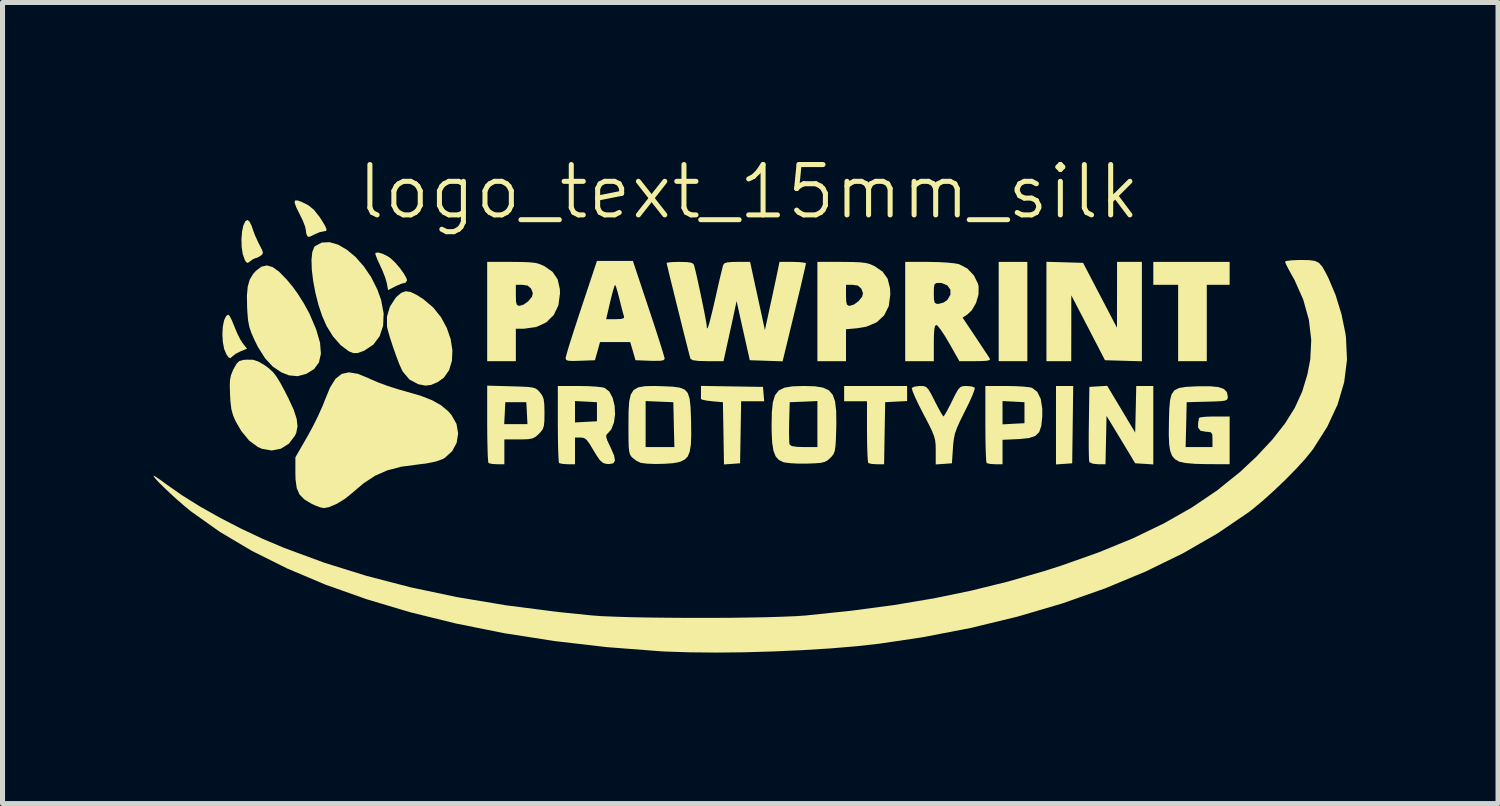
<source format=kicad_pcb>
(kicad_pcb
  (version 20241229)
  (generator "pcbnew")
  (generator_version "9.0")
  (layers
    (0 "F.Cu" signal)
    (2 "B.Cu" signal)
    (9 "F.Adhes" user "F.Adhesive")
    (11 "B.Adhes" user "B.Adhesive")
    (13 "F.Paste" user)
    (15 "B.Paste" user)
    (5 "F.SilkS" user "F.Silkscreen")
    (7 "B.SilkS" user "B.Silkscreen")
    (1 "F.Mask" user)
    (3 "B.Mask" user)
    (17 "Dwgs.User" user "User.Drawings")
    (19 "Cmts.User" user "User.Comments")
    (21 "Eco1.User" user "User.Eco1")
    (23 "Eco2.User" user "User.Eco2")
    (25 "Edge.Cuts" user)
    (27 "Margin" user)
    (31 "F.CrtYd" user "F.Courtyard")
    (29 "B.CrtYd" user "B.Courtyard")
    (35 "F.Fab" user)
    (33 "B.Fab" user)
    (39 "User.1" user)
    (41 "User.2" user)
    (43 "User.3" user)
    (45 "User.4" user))
  (footprint "logo_text_15mm_silk"
    (layer "F.Cu")
    (at 11.821 5.261)
    (property "Reference" "logo_text_15mm_silk" (at 0 -4.5 0) (unlocked yes) (layer "F.SilkS") (effects (font (size 1 1) (thickness 0.1))))
    (attr smd)
    (fp_poly (pts (xy 5.535 -2.123) (xy 5.535 -1.137) (xy 5.251 -1.137) (xy 4.966 -1.137) (xy 4.966 -2.123) (xy 4.966 -3.109) (xy 5.251 -3.109) (xy 5.535 -3.109)) (stroke (width 0) (type solid)) (fill yes) (layer "F.SilkS"))
    (fp_poly (pts (xy 6.436 0.123) (xy 6.426 0.891) (xy 6.265 0.903) (xy 6.104 0.914) (xy 6.104 0.135) (xy 6.104 -0.644) (xy 6.275 -0.644) (xy 6.446 -0.644)) (stroke (width 0) (type solid)) (fill yes) (layer "F.SilkS"))
    (fp_poly (pts (xy 9.553 -2.881) (xy 9.553 -2.654) (xy 9.326 -2.654) (xy 9.099 -2.654) (xy 9.099 -1.896) (xy 9.099 -1.137) (xy 8.814 -1.137) (xy 8.53 -1.137) (xy 8.53 -1.896) (xy 8.53 -2.654) (xy 8.283 -2.654) (xy 8.037 -2.654) (xy 8.037 -2.881) (xy 8.037 -3.109) (xy 8.795 -3.109) (xy 9.553 -3.109)) (stroke (width 0) (type solid)) (fill yes) (layer "F.SilkS"))
    (fp_poly (pts (xy -0.332 -0.636) (xy 0.284 -0.626) (xy 0.296 -0.483) (xy 0.308 -0.341) (xy 0.079 -0.341) (xy -0.15 -0.341) (xy -0.16 0.275) (xy -0.171 0.891) (xy -0.331 0.903) (xy -0.491 0.914) (xy -0.501 0.296) (xy -0.512 -0.322) (xy -0.73 -0.341) (xy -0.848 -0.356) (xy -0.927 -0.374) (xy -0.948 -0.389) (xy -0.948 -0.444) (xy -0.948 -0.532) (xy -0.948 -0.646)) (stroke (width 0) (type solid)) (fill yes) (layer "F.SilkS"))
    (fp_poly (pts (xy 6.278 -3.101) (xy 6.642 -3.09) (xy 6.979 -2.445) (xy 7.315 -1.801) (xy 7.316 -2.455) (xy 7.317 -3.109) (xy 7.563 -3.109) (xy 7.81 -3.109) (xy 7.81 -2.122) (xy 7.81 -1.135) (xy 7.443 -1.145) (xy 7.077 -1.156) (xy 6.743 -1.801) (xy 6.408 -2.445) (xy 6.408 -1.791) (xy 6.407 -1.137) (xy 6.16 -1.137) (xy 5.914 -1.137) (xy 5.914 -2.124) (xy 5.914 -3.111)) (stroke (width 0) (type solid)) (fill yes) (layer "F.SilkS"))
    (fp_poly (pts (xy -10.307 -2.031) (xy -10.265 -1.947) (xy -10.219 -1.834) (xy -10.16 -1.692) (xy -10.095 -1.563) (xy -10.05 -1.493) (xy -9.964 -1.384) (xy -10.09 -1.334) (xy -10.189 -1.284) (xy -10.258 -1.23) (xy -10.261 -1.226) (xy -10.298 -1.195) (xy -10.335 -1.218) (xy -10.371 -1.268) (xy -10.418 -1.377) (xy -10.445 -1.519) (xy -10.454 -1.674) (xy -10.445 -1.825) (xy -10.419 -1.952) (xy -10.377 -2.037) (xy -10.336 -2.062)) (stroke (width 0) (type solid)) (fill yes) (layer "F.SilkS"))
    (fp_poly (pts (xy -7.267 -3.269) (xy -7.162 -3.216) (xy -7.11 -3.179) (xy -7.022 -3.096) (xy -6.93 -2.989) (xy -6.85 -2.878) (xy -6.798 -2.785) (xy -6.786 -2.743) (xy -6.815 -2.696) (xy -6.835 -2.692) (xy -6.898 -2.675) (xy -6.994 -2.635) (xy -7.024 -2.62) (xy -7.163 -2.549) (xy -7.188 -2.687) (xy -7.219 -2.796) (xy -7.274 -2.936) (xy -7.324 -3.046) (xy -7.378 -3.162) (xy -7.411 -3.249) (xy -7.416 -3.288) (xy -7.36 -3.296)) (stroke (width 0) (type solid)) (fill yes) (layer "F.SilkS"))
    (fp_poly (pts (xy 3.147 -0.495) (xy 3.147 -0.345) (xy 2.929 -0.334) (xy 2.711 -0.322) (xy 2.7 0.294) (xy 2.69 0.91) (xy 2.545 0.91) (xy 2.446 0.904) (xy 2.382 0.889) (xy 2.376 0.885) (xy 2.367 0.84) (xy 2.36 0.733) (xy 2.354 0.577) (xy 2.351 0.386) (xy 2.35 0.259) (xy 2.35 -0.341) (xy 2.123 -0.341) (xy 1.896 -0.341) (xy 1.896 -0.493) (xy 1.896 -0.644) (xy 2.521 -0.644) (xy 3.147 -0.644)) (stroke (width 0) (type solid)) (fill yes) (layer "F.SilkS"))
    (fp_poly (pts (xy -9.916 -3.91) (xy -9.874 -3.826) (xy -9.859 -3.782) (xy -9.81 -3.646) (xy -9.743 -3.498) (xy -9.719 -3.451) (xy -9.666 -3.349) (xy -9.648 -3.292) (xy -9.664 -3.255) (xy -9.691 -3.233) (xy -9.761 -3.193) (xy -9.795 -3.184) (xy -9.849 -3.161) (xy -9.898 -3.124) (xy -9.951 -3.087) (xy -9.986 -3.109) (xy -10.009 -3.149) (xy -10.049 -3.262) (xy -10.071 -3.405) (xy -10.075 -3.561) (xy -10.063 -3.71) (xy -10.037 -3.835) (xy -9.997 -3.918) (xy -9.955 -3.943)) (stroke (width 0) (type solid)) (fill yes) (layer "F.SilkS"))
    (fp_poly (pts (xy -8.882 -4.302) (xy -8.743 -4.232) (xy -8.633 -4.141) (xy -8.529 -4.009) (xy -8.486 -3.945) (xy -8.414 -3.826) (xy -8.384 -3.756) (xy -8.395 -3.723) (xy -8.444 -3.715) (xy -8.445 -3.715) (xy -8.524 -3.698) (xy -8.619 -3.658) (xy -8.7 -3.617) (xy -8.737 -3.605) (xy -8.759 -3.616) (xy -8.77 -3.627) (xy -8.79 -3.681) (xy -8.795 -3.737) (xy -8.812 -3.814) (xy -8.857 -3.93) (xy -8.909 -4.037) (xy -8.985 -4.189) (xy -9.019 -4.284) (xy -9.012 -4.328) (xy -8.963 -4.33)) (stroke (width 0) (type solid)) (fill yes) (layer "F.SilkS"))
    (fp_poly (pts (xy 7.399 -0.184) (xy 7.677 0.281) (xy 7.688 -0.182) (xy 7.698 -0.644) (xy 7.868 -0.644) (xy 8.037 -0.644) (xy 8.037 0.135) (xy 8.037 0.914) (xy 7.857 0.902) (xy 7.677 0.891) (xy 7.393 0.42) (xy 7.108 -0.051) (xy 7.098 0.429) (xy 7.087 0.91) (xy 6.935 0.91) (xy 6.829 0.898) (xy 6.769 0.869) (xy 6.765 0.861) (xy 6.76 0.81) (xy 6.756 0.695) (xy 6.754 0.53) (xy 6.754 0.327) (xy 6.757 0.099) (xy 6.757 0.094) (xy 6.767 -0.626) (xy 6.944 -0.637) (xy 7.121 -0.648)) (stroke (width 0) (type solid)) (fill yes) (layer "F.SilkS"))
    (fp_poly (pts (xy -6.713 -2.511) (xy -6.585 -2.448) (xy -6.457 -2.365) (xy -6.266 -2.203) (xy -6.111 -2.01) (xy -5.995 -1.795) (xy -5.919 -1.572) (xy -5.885 -1.35) (xy -5.895 -1.142) (xy -5.951 -0.957) (xy -6.056 -0.808) (xy -6.175 -0.723) (xy -6.307 -0.666) (xy -6.417 -0.652) (xy -6.546 -0.676) (xy -6.572 -0.683) (xy -6.738 -0.772) (xy -6.868 -0.926) (xy -6.889 -0.964) (xy -6.939 -1.076) (xy -7 -1.236) (xy -7.064 -1.418) (xy -7.123 -1.598) (xy -7.167 -1.75) (xy -7.184 -1.823) (xy -7.185 -2.021) (xy -7.126 -2.22) (xy -7.014 -2.394) (xy -6.991 -2.419) (xy -6.9 -2.495) (xy -6.813 -2.526)) (stroke (width 0) (type solid)) (fill yes) (layer "F.SilkS"))
    (fp_poly (pts (xy -8.157 -3.452) (xy -7.982 -3.351) (xy -7.808 -3.206) (xy -7.645 -3.021) (xy -7.498 -2.804) (xy -7.376 -2.561) (xy -7.301 -2.353) (xy -7.251 -2.085) (xy -7.261 -1.842) (xy -7.33 -1.634) (xy -7.455 -1.466) (xy -7.634 -1.347) (xy -7.647 -1.341) (xy -7.766 -1.299) (xy -7.853 -1.297) (xy -7.942 -1.333) (xy -7.942 -1.333) (xy -8.102 -1.453) (xy -8.256 -1.628) (xy -8.385 -1.835) (xy -8.385 -1.836) (xy -8.472 -2.035) (xy -8.547 -2.26) (xy -8.607 -2.497) (xy -8.651 -2.734) (xy -8.678 -2.957) (xy -8.684 -3.152) (xy -8.668 -3.306) (xy -8.628 -3.406) (xy -8.615 -3.421) (xy -8.481 -3.493) (xy -8.326 -3.501)) (stroke (width 0) (type solid)) (fill yes) (layer "F.SilkS"))
    (fp_poly (pts (xy -9.457 -3.007) (xy -9.329 -2.916) (xy -9.179 -2.762) (xy -9.062 -2.622) (xy -8.951 -2.468) (xy -8.833 -2.28) (xy -8.733 -2.097) (xy -8.721 -2.073) (xy -8.589 -1.763) (xy -8.514 -1.502) (xy -8.497 -1.285) (xy -8.536 -1.112) (xy -8.634 -0.979) (xy -8.785 -0.886) (xy -8.959 -0.839) (xy -9.13 -0.855) (xy -9.278 -0.913) (xy -9.451 -1.028) (xy -9.605 -1.193) (xy -9.748 -1.42) (xy -9.811 -1.547) (xy -9.877 -1.694) (xy -9.919 -1.818) (xy -9.944 -1.95) (xy -9.958 -2.117) (xy -9.962 -2.197) (xy -9.967 -2.438) (xy -9.95 -2.62) (xy -9.91 -2.76) (xy -9.842 -2.872) (xy -9.782 -2.937) (xy -9.677 -3.014) (xy -9.571 -3.039)) (stroke (width 0) (type solid)) (fill yes) (layer "F.SilkS"))
    (fp_poly (pts (xy -9.848 -1.165) (xy -9.742 -1.131) (xy -9.621 -1.061) (xy -9.53 -0.995) (xy -9.453 -0.924) (xy -9.382 -0.835) (xy -9.307 -0.714) (xy -9.217 -0.547) (xy -9.14 -0.395) (xy -9.036 -0.169) (xy -8.978 0.01) (xy -8.962 0.157) (xy -8.986 0.283) (xy -9.011 0.34) (xy -9.132 0.501) (xy -9.291 0.601) (xy -9.473 0.637) (xy -9.665 0.605) (xy -9.748 0.568) (xy -9.921 0.442) (xy -10.078 0.251) (xy -10.188 0.061) (xy -10.241 -0.059) (xy -10.275 -0.182) (xy -10.294 -0.336) (xy -10.302 -0.474) (xy -10.307 -0.647) (xy -10.302 -0.769) (xy -10.282 -0.862) (xy -10.246 -0.952) (xy -10.229 -0.986) (xy -10.171 -1.088) (xy -10.117 -1.14) (xy -10.039 -1.162) (xy -9.97 -1.167)) (stroke (width 0) (type solid)) (fill yes) (layer "F.SilkS"))
    (fp_poly (pts (xy 5.296 -0.641) (xy 5.456 -0.632) (xy 5.577 -0.619) (xy 5.629 -0.607) (xy 5.732 -0.528) (xy 5.801 -0.387) (xy 5.832 -0.189) (xy 5.831 -0.03) (xy 5.812 0.149) (xy 5.771 0.271) (xy 5.694 0.347) (xy 5.569 0.39) (xy 5.384 0.409) (xy 5.345 0.411) (xy 5.042 0.425) (xy 5.042 0.667) (xy 5.042 0.91) (xy 4.897 0.91) (xy 4.797 0.904) (xy 4.732 0.889) (xy 4.726 0.885) (xy 4.718 0.841) (xy 4.712 0.733) (xy 4.706 0.573) (xy 4.703 0.373) (xy 4.701 0.145) (xy 4.701 0.107) (xy 4.701 -0.114) (xy 5.042 -0.114) (xy 5.042 0.118) (xy 5.26 0.106) (xy 5.478 0.095) (xy 5.478 -0.114) (xy 5.478 -0.322) (xy 5.26 -0.334) (xy 5.042 -0.345) (xy 5.042 -0.114) (xy 4.701 -0.114) (xy 4.701 -0.644) (xy 5.115 -0.644)) (stroke (width 0) (type solid)) (fill yes) (layer "F.SilkS"))
    (fp_poly (pts (xy 2.058 -3.107) (xy 2.208 -3.101) (xy 2.317 -3.089) (xy 2.402 -3.067) (xy 2.48 -3.034) (xy 2.503 -3.023) (xy 2.66 -2.915) (xy 2.76 -2.774) (xy 2.807 -2.587) (xy 2.813 -2.465) (xy 2.783 -2.233) (xy 2.692 -2.048) (xy 2.544 -1.91) (xy 2.34 -1.823) (xy 2.16 -1.792) (xy 1.933 -1.771) (xy 1.933 -1.454) (xy 1.933 -1.137) (xy 1.649 -1.137) (xy 1.365 -1.137) (xy 1.365 -2.123) (xy 1.365 -2.445) (xy 1.933 -2.445) (xy 1.937 -2.325) (xy 1.951 -2.262) (xy 1.982 -2.239) (xy 2.011 -2.237) (xy 2.09 -2.262) (xy 2.176 -2.325) (xy 2.182 -2.33) (xy 2.254 -2.417) (xy 2.27 -2.49) (xy 2.236 -2.58) (xy 2.235 -2.58) (xy 2.169 -2.638) (xy 2.065 -2.654) (xy 1.933 -2.654) (xy 1.933 -2.445) (xy 1.365 -2.445) (xy 1.365 -3.109) (xy 1.85 -3.109)) (stroke (width 0) (type solid)) (fill yes) (layer "F.SilkS"))
    (fp_poly (pts (xy -4.5 -3.107) (xy -4.35 -3.101) (xy -4.242 -3.089) (xy -4.157 -3.067) (xy -4.078 -3.034) (xy -4.056 -3.023) (xy -3.895 -2.911) (xy -3.795 -2.763) (xy -3.751 -2.57) (xy -3.748 -2.486) (xy -3.779 -2.249) (xy -3.871 -2.055) (xy -4.019 -1.909) (xy -4.216 -1.817) (xy -4.46 -1.782) (xy -4.479 -1.782) (xy -4.625 -1.782) (xy -4.625 -1.46) (xy -4.625 -1.137) (xy -4.909 -1.137) (xy -5.194 -1.137) (xy -5.194 -2.123) (xy -5.194 -2.445) (xy -4.625 -2.445) (xy -4.622 -2.325) (xy -4.608 -2.262) (xy -4.576 -2.239) (xy -4.548 -2.237) (xy -4.468 -2.262) (xy -4.382 -2.325) (xy -4.377 -2.33) (xy -4.304 -2.417) (xy -4.288 -2.49) (xy -4.323 -2.58) (xy -4.323 -2.58) (xy -4.39 -2.638) (xy -4.494 -2.654) (xy -4.625 -2.654) (xy -4.625 -2.445) (xy -5.194 -2.445) (xy -5.194 -3.109) (xy -4.709 -3.109)) (stroke (width 0) (type solid)) (fill yes) (layer "F.SilkS"))
    (fp_poly (pts (xy -7.767 -0.887) (xy -7.553 -0.8) (xy -7.514 -0.781) (xy -7.371 -0.719) (xy -7.181 -0.649) (xy -6.971 -0.581) (xy -6.805 -0.534) (xy -6.515 -0.45) (xy -6.288 -0.361) (xy -6.112 -0.262) (xy -5.971 -0.145) (xy -5.903 -0.068) (xy -5.804 0.108) (xy -5.771 0.298) (xy -5.8 0.484) (xy -5.889 0.65) (xy -6.034 0.782) (xy -6.079 0.808) (xy -6.214 0.856) (xy -6.406 0.895) (xy -6.569 0.915) (xy -6.901 0.959) (xy -7.179 1.032) (xy -7.424 1.14) (xy -7.655 1.293) (xy -7.858 1.466) (xy -8.015 1.594) (xy -8.181 1.696) (xy -8.335 1.762) (xy -8.437 1.781) (xy -8.515 1.765) (xy -8.626 1.722) (xy -8.681 1.696) (xy -8.827 1.608) (xy -8.922 1.51) (xy -8.977 1.384) (xy -9.001 1.212) (xy -9.004 1.085) (xy -9.004 0.773) (xy -8.765 0.358) (xy -8.657 0.161) (xy -8.552 -0.051) (xy -8.463 -0.25) (xy -8.412 -0.379) (xy -8.313 -0.618) (xy -8.208 -0.785) (xy -8.087 -0.883) (xy -7.942 -0.915)) (stroke (width 0) (type solid)) (fill yes) (layer "F.SilkS"))
    (fp_poly (pts (xy -4.716 -0.638) (xy -4.519 -0.632) (xy -4.382 -0.625) (xy -4.291 -0.613) (xy -4.232 -0.594) (xy -4.19 -0.564) (xy -4.149 -0.521) (xy -4.148 -0.519) (xy -4.101 -0.455) (xy -4.073 -0.385) (xy -4.06 -0.285) (xy -4.056 -0.135) (xy -4.056 -0.109) (xy -4.058 0.046) (xy -4.068 0.146) (xy -4.091 0.214) (xy -4.134 0.272) (xy -4.167 0.306) (xy -4.23 0.363) (xy -4.292 0.396) (xy -4.377 0.412) (xy -4.506 0.417) (xy -4.565 0.417) (xy -4.853 0.417) (xy -4.853 0.663) (xy -4.853 0.91) (xy -4.998 0.91) (xy -5.098 0.904) (xy -5.162 0.889) (xy -5.168 0.885) (xy -5.176 0.841) (xy -5.183 0.733) (xy -5.188 0.573) (xy -5.192 0.373) (xy -5.194 0.144) (xy -5.194 0.114) (xy -4.856 0.114) (xy -4.625 0.114) (xy -4.394 0.114) (xy -4.405 -0.104) (xy -4.417 -0.322) (xy -4.625 -0.322) (xy -4.834 -0.322) (xy -4.845 -0.104) (xy -4.856 0.114) (xy -5.194 0.114) (xy -5.194 0.104) (xy -5.194 -0.651)) (stroke (width 0) (type solid)) (fill yes) (layer "F.SilkS"))
    (fp_poly (pts (xy -1.69 -0.639) (xy -1.503 -0.63) (xy -1.366 -0.611) (xy -1.27 -0.572) (xy -1.209 -0.503) (xy -1.173 -0.392) (xy -1.155 -0.23) (xy -1.146 -0.006) (xy -1.144 0.073) (xy -1.141 0.33) (xy -1.149 0.522) (xy -1.171 0.66) (xy -1.21 0.755) (xy -1.27 0.817) (xy -1.354 0.858) (xy -1.393 0.87) (xy -1.51 0.89) (xy -1.673 0.901) (xy -1.851 0.905) (xy -2.016 0.899) (xy -2.137 0.884) (xy -2.142 0.883) (xy -2.225 0.844) (xy -2.303 0.786) (xy -2.336 0.752) (xy -2.359 0.712) (xy -2.374 0.652) (xy -2.383 0.561) (xy -2.387 0.425) (xy -2.388 0.231) (xy -2.388 0.126) (xy -2.388 0.112) (xy -2.047 0.112) (xy -2.047 0.569) (xy -1.762 0.569) (xy -1.476 0.569) (xy -1.487 0.123) (xy -1.497 -0.322) (xy -1.772 -0.333) (xy -2.047 -0.345) (xy -2.047 0.112) (xy -2.388 0.112) (xy -2.386 -0.137) (xy -2.374 -0.334) (xy -2.343 -0.474) (xy -2.285 -0.565) (xy -2.192 -0.618) (xy -2.055 -0.641) (xy -1.865 -0.644)) (stroke (width 0) (type solid)) (fill yes) (layer "F.SilkS"))
    (fp_poly (pts (xy -1.984 -2.18) (xy -1.899 -1.925) (xy -1.823 -1.692) (xy -1.759 -1.491) (xy -1.709 -1.332) (xy -1.678 -1.226) (xy -1.668 -1.184) (xy -1.688 -1.158) (xy -1.755 -1.145) (xy -1.881 -1.143) (xy -1.958 -1.145) (xy -2.248 -1.156) (xy -2.3 -1.336) (xy -2.353 -1.516) (xy -2.653 -1.516) (xy -2.953 -1.516) (xy -3.003 -1.336) (xy -3.054 -1.156) (xy -3.347 -1.145) (xy -3.495 -1.141) (xy -3.582 -1.146) (xy -3.624 -1.161) (xy -3.636 -1.191) (xy -3.636 -1.202) (xy -3.623 -1.255) (xy -3.59 -1.37) (xy -3.539 -1.536) (xy -3.473 -1.742) (xy -3.398 -1.971) (xy -2.831 -1.971) (xy -2.644 -1.971) (xy -2.53 -1.976) (xy -2.479 -1.994) (xy -2.476 -2.024) (xy -2.494 -2.084) (xy -2.524 -2.196) (xy -2.559 -2.338) (xy -2.566 -2.365) (xy -2.6 -2.5) (xy -2.631 -2.602) (xy -2.651 -2.651) (xy -2.654 -2.653) (xy -2.67 -2.619) (xy -2.698 -2.527) (xy -2.732 -2.394) (xy -2.752 -2.312) (xy -2.831 -1.971) (xy -3.398 -1.971) (xy -3.396 -1.979) (xy -3.323 -2.199) (xy -3.014 -3.128) (xy -2.657 -3.128) (xy -2.3 -3.128)) (stroke (width 0) (type solid)) (fill yes) (layer "F.SilkS"))
    (fp_poly (pts (xy 1.312 -0.638) (xy 1.473 -0.613) (xy 1.59 -0.56) (xy 1.669 -0.47) (xy 1.716 -0.336) (xy 1.738 -0.148) (xy 1.741 0.103) (xy 1.738 0.235) (xy 1.732 0.426) (xy 1.723 0.558) (xy 1.709 0.645) (xy 1.687 0.705) (xy 1.652 0.752) (xy 1.622 0.784) (xy 1.567 0.833) (xy 1.509 0.864) (xy 1.429 0.883) (xy 1.308 0.892) (xy 1.167 0.897) (xy 0.995 0.898) (xy 0.837 0.89) (xy 0.719 0.876) (xy 0.689 0.869) (xy 0.6 0.826) (xy 0.536 0.755) (xy 0.492 0.643) (xy 0.467 0.482) (xy 0.456 0.26) (xy 0.456 0.243) (xy 0.801 0.243) (xy 0.803 0.386) (xy 0.807 0.486) (xy 0.812 0.519) (xy 0.856 0.549) (xy 0.962 0.565) (xy 1.098 0.569) (xy 1.365 0.569) (xy 1.365 0.112) (xy 1.365 -0.345) (xy 1.09 -0.333) (xy 0.815 -0.322) (xy 0.804 0.073) (xy 0.801 0.243) (xy 0.456 0.243) (xy 0.455 0.14) (xy 0.46 -0.124) (xy 0.48 -0.321) (xy 0.524 -0.462) (xy 0.598 -0.555) (xy 0.71 -0.611) (xy 0.868 -0.637) (xy 1.08 -0.644) (xy 1.099 -0.644)) (stroke (width 0) (type solid)) (fill yes) (layer "F.SilkS"))
    (fp_poly (pts (xy 4.425 -0.636) (xy 4.486 -0.614) (xy 4.491 -0.608) (xy 4.483 -0.563) (xy 4.446 -0.464) (xy 4.385 -0.326) (xy 4.305 -0.164) (xy 4.295 -0.144) (xy 4.202 0.043) (xy 4.139 0.183) (xy 4.098 0.297) (xy 4.075 0.406) (xy 4.061 0.53) (xy 4.057 0.588) (xy 4.037 0.891) (xy 3.876 0.903) (xy 3.715 0.914) (xy 3.715 0.645) (xy 3.714 0.534) (xy 3.705 0.443) (xy 3.683 0.355) (xy 3.643 0.253) (xy 3.579 0.121) (xy 3.486 -0.058) (xy 3.466 -0.096) (xy 3.378 -0.268) (xy 3.307 -0.418) (xy 3.259 -0.532) (xy 3.24 -0.597) (xy 3.241 -0.606) (xy 3.291 -0.631) (xy 3.385 -0.644) (xy 3.405 -0.644) (xy 3.474 -0.642) (xy 3.524 -0.624) (xy 3.568 -0.579) (xy 3.62 -0.493) (xy 3.692 -0.352) (xy 3.697 -0.342) (xy 3.766 -0.208) (xy 3.824 -0.104) (xy 3.861 -0.046) (xy 3.869 -0.039) (xy 3.893 -0.07) (xy 3.942 -0.155) (xy 4.006 -0.277) (xy 4.037 -0.341) (xy 4.109 -0.486) (xy 4.161 -0.575) (xy 4.205 -0.622) (xy 4.254 -0.641) (xy 4.321 -0.644) (xy 4.327 -0.644)) (stroke (width 0) (type solid)) (fill yes) (layer "F.SilkS"))
    (fp_poly (pts (xy 9.329 -0.623) (xy 9.438 -0.585) (xy 9.497 -0.525) (xy 9.516 -0.438) (xy 9.516 -0.436) (xy 9.513 -0.395) (xy 9.496 -0.368) (xy 9.452 -0.352) (xy 9.368 -0.342) (xy 9.229 -0.336) (xy 9.108 -0.333) (xy 8.7 -0.322) (xy 8.69 0.123) (xy 8.679 0.569) (xy 8.946 0.569) (xy 9.212 0.569) (xy 9.212 0.417) (xy 9.208 0.32) (xy 9.183 0.277) (xy 9.12 0.266) (xy 9.084 0.265) (xy 8.974 0.245) (xy 8.926 0.181) (xy 8.928 0.089) (xy 8.941 0.016) (xy 8.944 -0.009) (xy 8.98 -0.023) (xy 9.074 -0.033) (xy 9.208 -0.038) (xy 9.25 -0.038) (xy 9.553 -0.038) (xy 9.553 0.436) (xy 9.553 0.91) (xy 9.108 0.908) (xy 8.864 0.902) (xy 8.678 0.886) (xy 8.559 0.861) (xy 8.546 0.856) (xy 8.468 0.811) (xy 8.411 0.746) (xy 8.374 0.651) (xy 8.352 0.514) (xy 8.344 0.325) (xy 8.347 0.071) (xy 8.347 0.062) (xy 8.354 -0.181) (xy 8.369 -0.358) (xy 8.4 -0.48) (xy 8.457 -0.559) (xy 8.547 -0.604) (xy 8.68 -0.626) (xy 8.864 -0.636) (xy 8.93 -0.638) (xy 9.163 -0.639)) (stroke (width 0) (type solid)) (fill yes) (layer "F.SilkS"))
    (fp_poly (pts (xy -3.196 -0.641) (xy -3.035 -0.632) (xy -2.915 -0.619) (xy -2.863 -0.607) (xy -2.769 -0.534) (xy -2.702 -0.409) (xy -2.663 -0.252) (xy -2.654 -0.082) (xy -2.676 0.081) (xy -2.729 0.218) (xy -2.796 0.294) (xy -2.826 0.325) (xy -2.831 0.367) (xy -2.809 0.437) (xy -2.755 0.553) (xy -2.739 0.585) (xy -2.673 0.738) (xy -2.656 0.838) (xy -2.689 0.892) (xy -2.774 0.907) (xy -2.83 0.903) (xy -2.893 0.884) (xy -2.953 0.832) (xy -3.022 0.735) (xy -3.082 0.635) (xy -3.161 0.504) (xy -3.219 0.426) (xy -3.271 0.389) (xy -3.331 0.379) (xy -3.339 0.379) (xy -3.45 0.379) (xy -3.45 0.644) (xy -3.45 0.91) (xy -3.595 0.91) (xy -3.695 0.904) (xy -3.759 0.889) (xy -3.766 0.885) (xy -3.774 0.841) (xy -3.78 0.733) (xy -3.786 0.573) (xy -3.789 0.373) (xy -3.791 0.145) (xy -3.791 0.107) (xy -3.791 -0.133) (xy -3.45 -0.133) (xy -3.45 0.08) (xy -3.232 0.068) (xy -3.014 0.057) (xy -3.014 -0.133) (xy -3.014 -0.322) (xy -3.232 -0.334) (xy -3.45 -0.345) (xy -3.45 -0.133) (xy -3.791 -0.133) (xy -3.791 -0.644) (xy -3.376 -0.644)) (stroke (width 0) (type solid)) (fill yes) (layer "F.SilkS"))
    (fp_poly (pts (xy 3.764 -3.105) (xy 3.946 -3.095) (xy 4.092 -3.08) (xy 4.177 -3.064) (xy 4.341 -2.979) (xy 4.474 -2.84) (xy 4.556 -2.671) (xy 4.567 -2.621) (xy 4.565 -2.46) (xy 4.516 -2.293) (xy 4.431 -2.147) (xy 4.346 -2.066) (xy 4.249 -2.002) (xy 4.506 -1.617) (xy 4.608 -1.464) (xy 4.695 -1.332) (xy 4.76 -1.234) (xy 4.791 -1.185) (xy 4.791 -1.185) (xy 4.788 -1.161) (xy 4.736 -1.146) (xy 4.626 -1.139) (xy 4.502 -1.137) (xy 4.185 -1.137) (xy 3.981 -1.497) (xy 3.893 -1.644) (xy 3.815 -1.761) (xy 3.755 -1.837) (xy 3.727 -1.858) (xy 3.702 -1.837) (xy 3.687 -1.77) (xy 3.679 -1.644) (xy 3.677 -1.497) (xy 3.677 -1.137) (xy 3.393 -1.137) (xy 3.109 -1.137) (xy 3.109 -2.123) (xy 3.109 -2.483) (xy 3.677 -2.483) (xy 3.68 -2.364) (xy 3.693 -2.302) (xy 3.725 -2.278) (xy 3.772 -2.275) (xy 3.87 -2.301) (xy 3.943 -2.35) (xy 4.007 -2.456) (xy 4.006 -2.559) (xy 3.946 -2.642) (xy 3.837 -2.688) (xy 3.788 -2.692) (xy 3.725 -2.688) (xy 3.692 -2.664) (xy 3.679 -2.602) (xy 3.677 -2.483) (xy 3.109 -2.483) (xy 3.109 -3.109) (xy 3.569 -3.109)) (stroke (width 0) (type solid)) (fill yes) (layer "F.SilkS"))
    (fp_poly (pts (xy 0.175 -2.432) (xy 0.322 -1.755) (xy 0.422 -2.214) (xy 0.466 -2.416) (xy 0.508 -2.614) (xy 0.545 -2.785) (xy 0.567 -2.891) (xy 0.612 -3.109) (xy 0.875 -3.109) (xy 1.005 -3.105) (xy 1.099 -3.095) (xy 1.138 -3.081) (xy 1.138 -3.08) (xy 1.129 -3.037) (xy 1.105 -2.93) (xy 1.068 -2.77) (xy 1.02 -2.566) (xy 0.963 -2.329) (xy 0.906 -2.093) (xy 0.674 -1.134) (xy 0.348 -1.145) (xy 0.022 -1.156) (xy -0.042 -1.441) (xy -0.084 -1.628) (xy -0.132 -1.842) (xy -0.173 -2.028) (xy -0.24 -2.331) (xy -0.309 -2.009) (xy -0.351 -1.815) (xy -0.397 -1.606) (xy -0.437 -1.425) (xy -0.44 -1.412) (xy -0.5 -1.137) (xy -0.82 -1.137) (xy -1 -1.142) (xy -1.11 -1.157) (xy -1.155 -1.182) (xy -1.156 -1.185) (xy -1.17 -1.234) (xy -1.199 -1.344) (xy -1.239 -1.502) (xy -1.288 -1.695) (xy -1.342 -1.912) (xy -1.399 -2.141) (xy -1.456 -2.37) (xy -1.509 -2.586) (xy -1.557 -2.778) (xy -1.594 -2.934) (xy -1.62 -3.041) (xy -1.63 -3.088) (xy -1.63 -3.089) (xy -1.595 -3.098) (xy -1.504 -3.106) (xy -1.376 -3.109) (xy -1.367 -3.109) (xy -1.224 -3.105) (xy -1.14 -3.093) (xy -1.097 -3.068) (xy -1.085 -3.042) (xy -1.063 -2.958) (xy -1.031 -2.823) (xy -0.994 -2.653) (xy -0.954 -2.467) (xy -0.915 -2.278) (xy -0.88 -2.105) (xy -0.853 -1.963) (xy -0.837 -1.869) (xy -0.834 -1.842) (xy -0.83 -1.789) (xy -0.816 -1.794) (xy -0.791 -1.86) (xy -0.756 -1.993) (xy -0.707 -2.193) (xy -0.661 -2.393) (xy -0.615 -2.598) (xy -0.573 -2.78) (xy -0.538 -2.925) (xy -0.515 -3.018) (xy -0.509 -3.042) (xy -0.484 -3.079) (xy -0.428 -3.099) (xy -0.323 -3.108) (xy -0.23 -3.109) (xy 0.028 -3.109)) (stroke (width 0) (type solid)) (fill yes) (layer "F.SilkS"))
    (fp_poly (pts (xy 11.133 -3.144) (xy 11.247 -3.129) (xy 11.328 -3.089) (xy 11.395 -3.012) (xy 11.466 -2.885) (xy 11.516 -2.786) (xy 11.657 -2.452) (xy 11.773 -2.076) (xy 11.852 -1.692) (xy 11.864 -1.607) (xy 11.884 -1.164) (xy 11.828 -0.719) (xy 11.697 -0.275) (xy 11.491 0.167) (xy 11.213 0.605) (xy 11.183 0.645) (xy 11.049 0.81) (xy 10.87 1.005) (xy 10.662 1.217) (xy 10.439 1.43) (xy 10.218 1.629) (xy 10.014 1.799) (xy 9.933 1.862) (xy 9.312 2.284) (xy 8.626 2.679) (xy 7.88 3.043) (xy 7.079 3.376) (xy 6.229 3.675) (xy 5.336 3.938) (xy 4.405 4.163) (xy 3.441 4.349) (xy 2.597 4.474) (xy 2.141 4.525) (xy 1.629 4.568) (xy 1.077 4.602) (xy 0.503 4.628) (xy -0.073 4.645) (xy -0.635 4.651) (xy -1.164 4.646) (xy -1.642 4.631) (xy -1.763 4.624) (xy -2.827 4.542) (xy -3.859 4.422) (xy -4.856 4.266) (xy -5.813 4.074) (xy -6.727 3.849) (xy -7.593 3.59) (xy -8.408 3.301) (xy -9.168 2.98) (xy -9.868 2.631) (xy -10.505 2.253) (xy -11.075 1.848) (xy -11.089 1.837) (xy -11.215 1.734) (xy -11.351 1.616) (xy -11.487 1.492) (xy -11.612 1.373) (xy -11.717 1.269) (xy -11.79 1.189) (xy -11.821 1.144) (xy -11.818 1.137) (xy -11.777 1.159) (xy -11.693 1.216) (xy -11.582 1.297) (xy -11.554 1.317) (xy -11.257 1.526) (xy -10.903 1.747) (xy -10.507 1.97) (xy -10.087 2.187) (xy -9.657 2.39) (xy -9.234 2.569) (xy -9.227 2.572) (xy -8.424 2.868) (xy -7.589 3.128) (xy -6.714 3.355) (xy -5.794 3.549) (xy -4.82 3.712) (xy -3.786 3.845) (xy -3.128 3.912) (xy -2.927 3.927) (xy -2.662 3.938) (xy -2.345 3.948) (xy -1.986 3.955) (xy -1.599 3.959) (xy -1.194 3.962) (xy -0.783 3.962) (xy -0.378 3.96) (xy 0.01 3.955) (xy 0.368 3.948) (xy 0.686 3.938) (xy 0.952 3.927) (xy 1.154 3.913) (xy 1.156 3.912) (xy 2.053 3.818) (xy 2.887 3.707) (xy 3.673 3.575) (xy 4.423 3.42) (xy 5.149 3.241) (xy 5.864 3.034) (xy 6.217 2.921) (xy 6.961 2.657) (xy 7.636 2.38) (xy 8.247 2.085) (xy 8.8 1.771) (xy 9.3 1.433) (xy 9.754 1.069) (xy 10.084 0.76) (xy 10.4 0.422) (xy 10.652 0.102) (xy 10.848 -0.212) (xy 10.994 -0.533) (xy 11.097 -0.872) (xy 11.155 -1.176) (xy 11.174 -1.56) (xy 11.127 -1.959) (xy 11.015 -2.36) (xy 10.842 -2.749) (xy 10.802 -2.82) (xy 10.732 -2.947) (xy 10.679 -3.049) (xy 10.654 -3.108) (xy 10.653 -3.114) (xy 10.688 -3.129) (xy 10.781 -3.14) (xy 10.915 -3.146) (xy 10.969 -3.147)) (stroke (width 0) (type solid)) (fill yes) (layer "F.SilkS")))
  (gr_rect
    (start -3 -3)
    (end 26.705 12.911)
    (stroke (width 0.1) (type default))
    (fill no)
    (layer "Edge.Cuts")))
</source>
